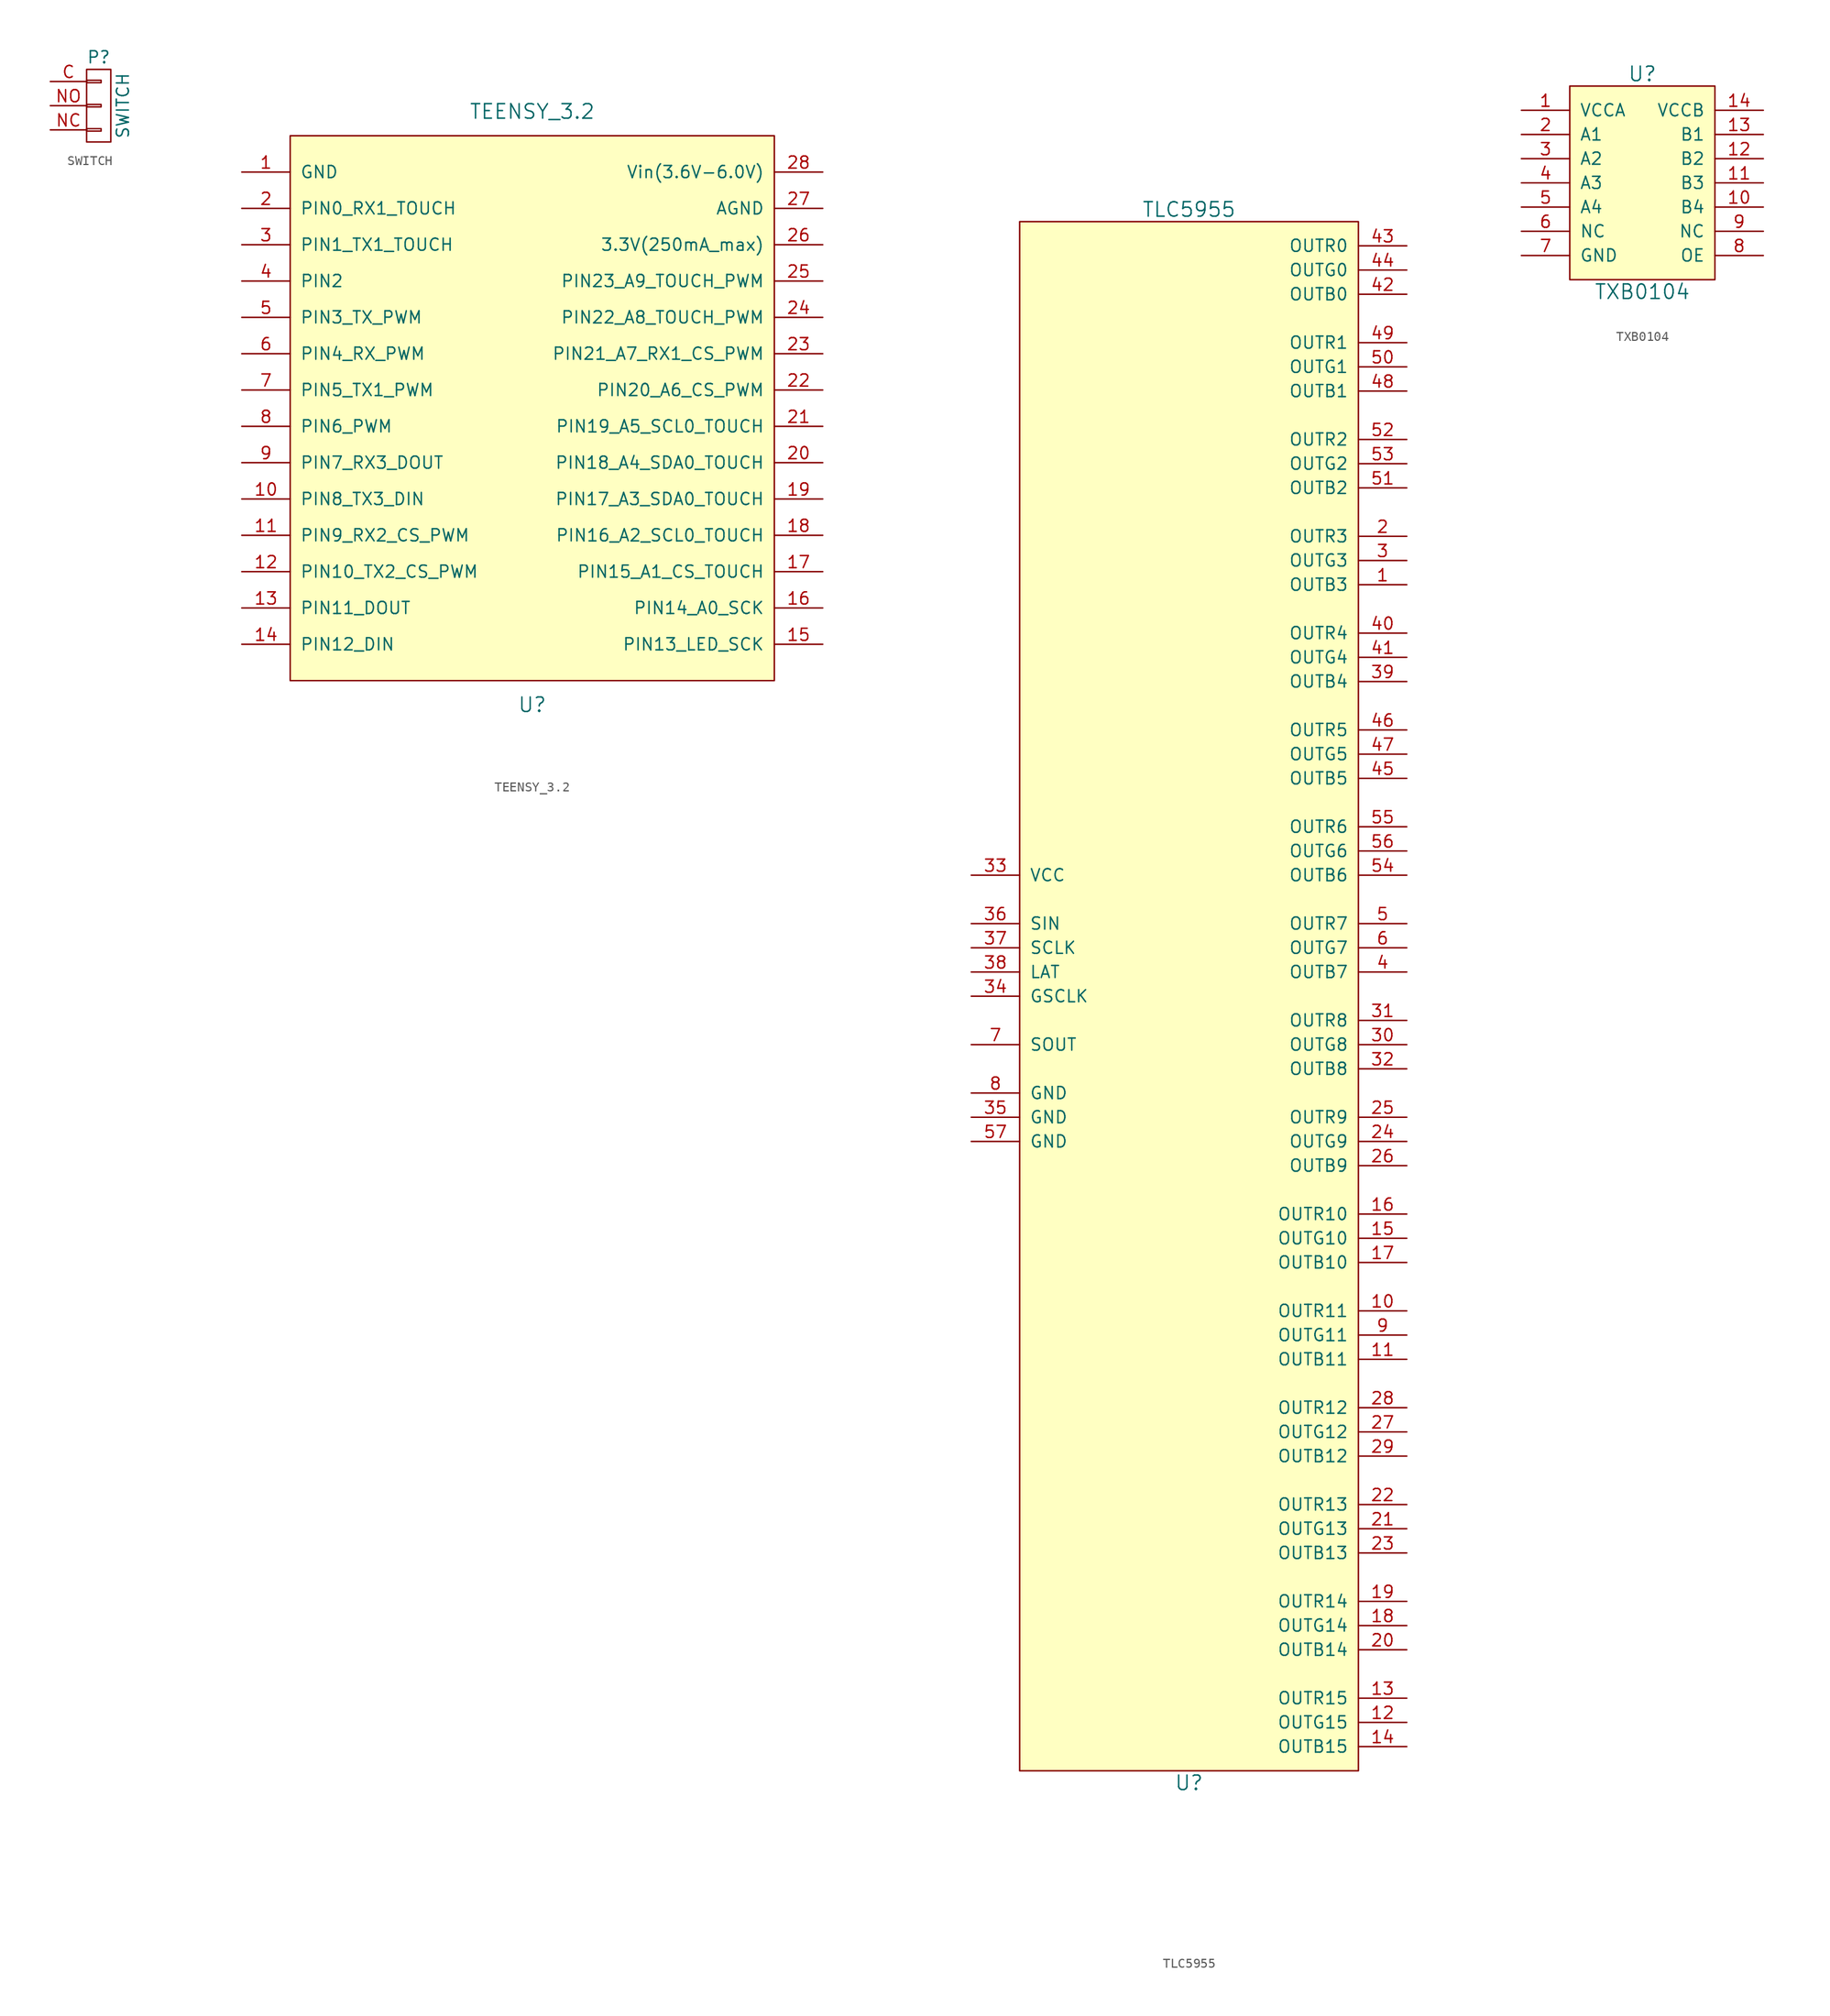
<source format=kicad_sym>
(kicad_symbol_lib
  (version 20211014)
  (generator kicad_symbol_editor)
  (symbol "SWITCH"
    (pin_names
      (offset 1.016) hide)
    (property "Reference" "P"
      (at 0 5.08 0)
      (effects (font (size 1.27 1.27))))
    (property "Value" "SWITCH"
      (at 2.54 0 90)
      (effects (font (size 1.27 1.27))))
    (property "Footprint" ""
      (at 0 0 0)
      (effects (font (size 1.27 1.27))))
    (property "Datasheet" ""
      (at 0 0 0)
      (effects (font (size 1.27 1.27))))
    (symbol "SWITCH_0_1"
      (rectangle (start -1.27 -2.413) (end 0.254 -2.667) (stroke (width 0) (type default) (color 0 0 0 0)) (fill (type none)))
      (rectangle (start -1.27 0.127) (end 0.254 -0.127) (stroke (width 0) (type default) (color 0 0 0 0)) (fill (type none)))
      (rectangle (start -1.27 2.667) (end 0.254 2.413) (stroke (width 0) (type default) (color 0 0 0 0)) (fill (type none)))
      (rectangle (start -1.27 3.81) (end 1.27 -3.81) (stroke (width 0) (type default) (color 0 0 0 0)) (fill (type none))))
    (symbol "SWITCH_1_1"
      (pin passive line (at -5.08 2.54 0) (length 3.81) (name "P1" (effects (font (size 1.27 1.27)))) (number "C" (effects (font (size 1.27 1.27)))))
      (pin passive line (at -5.08 -2.54 0) (length 3.81) (name "P3" (effects (font (size 1.27 1.27)))) (number "NC" (effects (font (size 1.27 1.27)))))
      (pin passive line (at -5.08 0 0) (length 3.81) (name "P2" (effects (font (size 1.27 1.27)))) (number "NO" (effects (font (size 1.27 1.27)))))))
  (symbol "TEENSY_3.2"
    (pin_names
      (offset 1.016))
    (property "Reference" "U"
      (at 0 -31.75 0)
      (effects (font (size 1.524 1.524))))
    (property "Value" "TEENSY_3.2"
      (at 0 30.48 0)
      (effects (font (size 1.524 1.524))))
    (property "Footprint" ""
      (at -20.32 22.86 0)
      (effects (font (size 1.524 1.524))))
    (property "Datasheet" ""
      (at -20.32 22.86 0)
      (effects (font (size 1.524 1.524))))
    (symbol "TEENSY_3.2_0_1"
      (rectangle (start -25.4 27.94) (end 25.4 -29.21) (stroke (width 0) (type default) (color 0 0 0 0)) (fill (type background))))
    (symbol "TEENSY_3.2_1_1"
      (pin input line (at -30.48 24.13 0) (length 5.08) (name "GND" (effects (font (size 1.27 1.27)))) (number "1" (effects (font (size 1.27 1.27)))))
      (pin input line (at -30.48 -10.16 0) (length 5.08) (name "PIN8_TX3_DIN" (effects (font (size 1.27 1.27)))) (number "10" (effects (font (size 1.27 1.27)))))
      (pin input line (at -30.48 -13.97 0) (length 5.08) (name "PIN9_RX2_CS_PWM" (effects (font (size 1.27 1.27)))) (number "11" (effects (font (size 1.27 1.27)))))
      (pin input line (at -30.48 -17.78 0) (length 5.08) (name "PIN10_TX2_CS_PWM" (effects (font (size 1.27 1.27)))) (number "12" (effects (font (size 1.27 1.27)))))
      (pin input line (at -30.48 -21.59 0) (length 5.08) (name "PIN11_DOUT" (effects (font (size 1.27 1.27)))) (number "13" (effects (font (size 1.27 1.27)))))
      (pin input line (at -30.48 -25.4 0) (length 5.08) (name "PIN12_DIN" (effects (font (size 1.27 1.27)))) (number "14" (effects (font (size 1.27 1.27)))))
      (pin input line (at 30.48 -25.4 180) (length 5.08) (name "PIN13_LED_SCK" (effects (font (size 1.27 1.27)))) (number "15" (effects (font (size 1.27 1.27)))))
      (pin input line (at 30.48 -21.59 180) (length 5.08) (name "PIN14_A0_SCK" (effects (font (size 1.27 1.27)))) (number "16" (effects (font (size 1.27 1.27)))))
      (pin input line (at 30.48 -17.78 180) (length 5.08) (name "PIN15_A1_CS_TOUCH" (effects (font (size 1.27 1.27)))) (number "17" (effects (font (size 1.27 1.27)))))
      (pin input line (at 30.48 -13.97 180) (length 5.08) (name "PIN16_A2_SCL0_TOUCH" (effects (font (size 1.27 1.27)))) (number "18" (effects (font (size 1.27 1.27)))))
      (pin input line (at 30.48 -10.16 180) (length 5.08) (name "PIN17_A3_SDA0_TOUCH" (effects (font (size 1.27 1.27)))) (number "19" (effects (font (size 1.27 1.27)))))
      (pin bidirectional line (at -30.48 20.32 0) (length 5.08) (name "PIN0_RX1_TOUCH" (effects (font (size 1.27 1.27)))) (number "2" (effects (font (size 1.27 1.27)))))
      (pin input line (at 30.48 -6.35 180) (length 5.08) (name "PIN18_A4_SDA0_TOUCH" (effects (font (size 1.27 1.27)))) (number "20" (effects (font (size 1.27 1.27)))))
      (pin input line (at 30.48 -2.54 180) (length 5.08) (name "PIN19_A5_SCL0_TOUCH" (effects (font (size 1.27 1.27)))) (number "21" (effects (font (size 1.27 1.27)))))
      (pin input line (at 30.48 1.27 180) (length 5.08) (name "PIN20_A6_CS_PWM" (effects (font (size 1.27 1.27)))) (number "22" (effects (font (size 1.27 1.27)))))
      (pin input line (at 30.48 5.08 180) (length 5.08) (name "PIN21_A7_RX1_CS_PWM" (effects (font (size 1.27 1.27)))) (number "23" (effects (font (size 1.27 1.27)))))
      (pin input line (at 30.48 8.89 180) (length 5.08) (name "PIN22_A8_TOUCH_PWM" (effects (font (size 1.27 1.27)))) (number "24" (effects (font (size 1.27 1.27)))))
      (pin input line (at 30.48 12.7 180) (length 5.08) (name "PIN23_A9_TOUCH_PWM" (effects (font (size 1.27 1.27)))) (number "25" (effects (font (size 1.27 1.27)))))
      (pin input line (at 30.48 16.51 180) (length 5.08) (name "3.3V(250mA_max)" (effects (font (size 1.27 1.27)))) (number "26" (effects (font (size 1.27 1.27)))))
      (pin input line (at 30.48 20.32 180) (length 5.08) (name "AGND" (effects (font (size 1.27 1.27)))) (number "27" (effects (font (size 1.27 1.27)))))
      (pin input line (at 30.48 24.13 180) (length 5.08) (name "Vin(3.6V-6.0V)" (effects (font (size 1.27 1.27)))) (number "28" (effects (font (size 1.27 1.27)))))
      (pin input line (at -30.48 16.51 0) (length 5.08) (name "PIN1_TX1_TOUCH" (effects (font (size 1.27 1.27)))) (number "3" (effects (font (size 1.27 1.27)))))
      (pin bidirectional line (at -30.48 12.7 0) (length 5.08) (name "PIN2" (effects (font (size 1.27 1.27)))) (number "4" (effects (font (size 1.27 1.27)))))
      (pin bidirectional line (at -30.48 8.89 0) (length 5.08) (name "PIN3_TX_PWM" (effects (font (size 1.27 1.27)))) (number "5" (effects (font (size 1.27 1.27)))))
      (pin bidirectional line (at -30.48 5.08 0) (length 5.08) (name "PIN4_RX_PWM" (effects (font (size 1.27 1.27)))) (number "6" (effects (font (size 1.27 1.27)))))
      (pin bidirectional line (at -30.48 1.27 0) (length 5.08) (name "PIN5_TX1_PWM" (effects (font (size 1.27 1.27)))) (number "7" (effects (font (size 1.27 1.27)))))
      (pin bidirectional line (at -30.48 -2.54 0) (length 5.08) (name "PIN6_PWM" (effects (font (size 1.27 1.27)))) (number "8" (effects (font (size 1.27 1.27)))))
      (pin input line (at -30.48 -6.35 0) (length 5.08) (name "PIN7_RX3_DOUT" (effects (font (size 1.27 1.27)))) (number "9" (effects (font (size 1.27 1.27)))))))
  (symbol "TLC5955"
    (pin_names
      (offset 1.016))
    (property "Reference" "U"
      (at 0 -82.55 0)
      (effects (font (size 1.524 1.524))))
    (property "Value" "TLC5955"
      (at 0 82.55 0)
      (effects (font (size 1.524 1.524))))
    (symbol "TLC5955_0_1"
      (rectangle (start 17.78 81.28) (end -17.78 -81.28) (stroke (width 0) (type default) (color 0 0 0 0)) (fill (type background))))
    (symbol "TLC5955_1_1"
      (pin input line (at 22.86 43.18 180) (length 5.08) (name "OUTB3" (effects (font (size 1.27 1.27)))) (number "1" (effects (font (size 1.27 1.27)))))
      (pin input line (at 22.86 -33.02 180) (length 5.08) (name "OUTR11" (effects (font (size 1.27 1.27)))) (number "10" (effects (font (size 1.27 1.27)))))
      (pin input line (at 22.86 -38.1 180) (length 5.08) (name "OUTB11" (effects (font (size 1.27 1.27)))) (number "11" (effects (font (size 1.27 1.27)))))
      (pin input line (at 22.86 -76.2 180) (length 5.08) (name "OUTG15" (effects (font (size 1.27 1.27)))) (number "12" (effects (font (size 1.27 1.27)))))
      (pin input line (at 22.86 -73.66 180) (length 5.08) (name "OUTR15" (effects (font (size 1.27 1.27)))) (number "13" (effects (font (size 1.27 1.27)))))
      (pin input line (at 22.86 -78.74 180) (length 5.08) (name "OUTB15" (effects (font (size 1.27 1.27)))) (number "14" (effects (font (size 1.27 1.27)))))
      (pin input line (at 22.86 -25.4 180) (length 5.08) (name "OUTG10" (effects (font (size 1.27 1.27)))) (number "15" (effects (font (size 1.27 1.27)))))
      (pin input line (at 22.86 -22.86 180) (length 5.08) (name "OUTR10" (effects (font (size 1.27 1.27)))) (number "16" (effects (font (size 1.27 1.27)))))
      (pin input line (at 22.86 -27.94 180) (length 5.08) (name "OUTB10" (effects (font (size 1.27 1.27)))) (number "17" (effects (font (size 1.27 1.27)))))
      (pin input line (at 22.86 -66.04 180) (length 5.08) (name "OUTG14" (effects (font (size 1.27 1.27)))) (number "18" (effects (font (size 1.27 1.27)))))
      (pin input line (at 22.86 -63.5 180) (length 5.08) (name "OUTR14" (effects (font (size 1.27 1.27)))) (number "19" (effects (font (size 1.27 1.27)))))
      (pin input line (at 22.86 48.26 180) (length 5.08) (name "OUTR3" (effects (font (size 1.27 1.27)))) (number "2" (effects (font (size 1.27 1.27)))))
      (pin input line (at 22.86 -68.58 180) (length 5.08) (name "OUTB14" (effects (font (size 1.27 1.27)))) (number "20" (effects (font (size 1.27 1.27)))))
      (pin input line (at 22.86 -55.88 180) (length 5.08) (name "OUTG13" (effects (font (size 1.27 1.27)))) (number "21" (effects (font (size 1.27 1.27)))))
      (pin input line (at 22.86 -53.34 180) (length 5.08) (name "OUTR13" (effects (font (size 1.27 1.27)))) (number "22" (effects (font (size 1.27 1.27)))))
      (pin input line (at 22.86 -58.42 180) (length 5.08) (name "OUTB13" (effects (font (size 1.27 1.27)))) (number "23" (effects (font (size 1.27 1.27)))))
      (pin input line (at 22.86 -15.24 180) (length 5.08) (name "OUTG9" (effects (font (size 1.27 1.27)))) (number "24" (effects (font (size 1.27 1.27)))))
      (pin input line (at 22.86 -12.7 180) (length 5.08) (name "OUTR9" (effects (font (size 1.27 1.27)))) (number "25" (effects (font (size 1.27 1.27)))))
      (pin input line (at 22.86 -17.78 180) (length 5.08) (name "OUTB9" (effects (font (size 1.27 1.27)))) (number "26" (effects (font (size 1.27 1.27)))))
      (pin input line (at 22.86 -45.72 180) (length 5.08) (name "OUTG12" (effects (font (size 1.27 1.27)))) (number "27" (effects (font (size 1.27 1.27)))))
      (pin input line (at 22.86 -43.18 180) (length 5.08) (name "OUTR12" (effects (font (size 1.27 1.27)))) (number "28" (effects (font (size 1.27 1.27)))))
      (pin input line (at 22.86 -48.26 180) (length 5.08) (name "OUTB12" (effects (font (size 1.27 1.27)))) (number "29" (effects (font (size 1.27 1.27)))))
      (pin input line (at 22.86 45.72 180) (length 5.08) (name "OUTG3" (effects (font (size 1.27 1.27)))) (number "3" (effects (font (size 1.27 1.27)))))
      (pin input line (at 22.86 -5.08 180) (length 5.08) (name "OUTG8" (effects (font (size 1.27 1.27)))) (number "30" (effects (font (size 1.27 1.27)))))
      (pin input line (at 22.86 -2.54 180) (length 5.08) (name "OUTR8" (effects (font (size 1.27 1.27)))) (number "31" (effects (font (size 1.27 1.27)))))
      (pin input line (at 22.86 -7.62 180) (length 5.08) (name "OUTB8" (effects (font (size 1.27 1.27)))) (number "32" (effects (font (size 1.27 1.27)))))
      (pin input line (at -22.86 12.7 0) (length 5.08) (name "VCC" (effects (font (size 1.27 1.27)))) (number "33" (effects (font (size 1.27 1.27)))))
      (pin input line (at -22.86 0 0) (length 5.08) (name "GSCLK" (effects (font (size 1.27 1.27)))) (number "34" (effects (font (size 1.27 1.27)))))
      (pin input line (at -22.86 -12.7 0) (length 5.08) (name "GND" (effects (font (size 1.27 1.27)))) (number "35" (effects (font (size 1.27 1.27)))))
      (pin input line (at -22.86 7.62 0) (length 5.08) (name "SIN" (effects (font (size 1.27 1.27)))) (number "36" (effects (font (size 1.27 1.27)))))
      (pin input line (at -22.86 5.08 0) (length 5.08) (name "SCLK" (effects (font (size 1.27 1.27)))) (number "37" (effects (font (size 1.27 1.27)))))
      (pin input line (at -22.86 2.54 0) (length 5.08) (name "LAT" (effects (font (size 1.27 1.27)))) (number "38" (effects (font (size 1.27 1.27)))))
      (pin input line (at 22.86 33.02 180) (length 5.08) (name "OUTB4" (effects (font (size 1.27 1.27)))) (number "39" (effects (font (size 1.27 1.27)))))
      (pin input line (at 22.86 2.54 180) (length 5.08) (name "OUTB7" (effects (font (size 1.27 1.27)))) (number "4" (effects (font (size 1.27 1.27)))))
      (pin input line (at 22.86 38.1 180) (length 5.08) (name "OUTR4" (effects (font (size 1.27 1.27)))) (number "40" (effects (font (size 1.27 1.27)))))
      (pin input line (at 22.86 35.56 180) (length 5.08) (name "OUTG4" (effects (font (size 1.27 1.27)))) (number "41" (effects (font (size 1.27 1.27)))))
      (pin input line (at 22.86 73.66 180) (length 5.08) (name "OUTB0" (effects (font (size 1.27 1.27)))) (number "42" (effects (font (size 1.27 1.27)))))
      (pin input line (at 22.86 78.74 180) (length 5.08) (name "OUTR0" (effects (font (size 1.27 1.27)))) (number "43" (effects (font (size 1.27 1.27)))))
      (pin input line (at 22.86 76.2 180) (length 5.08) (name "OUTG0" (effects (font (size 1.27 1.27)))) (number "44" (effects (font (size 1.27 1.27)))))
      (pin input line (at 22.86 22.86 180) (length 5.08) (name "OUTB5" (effects (font (size 1.27 1.27)))) (number "45" (effects (font (size 1.27 1.27)))))
      (pin input line (at 22.86 27.94 180) (length 5.08) (name "OUTR5" (effects (font (size 1.27 1.27)))) (number "46" (effects (font (size 1.27 1.27)))))
      (pin input line (at 22.86 25.4 180) (length 5.08) (name "OUTG5" (effects (font (size 1.27 1.27)))) (number "47" (effects (font (size 1.27 1.27)))))
      (pin input line (at 22.86 63.5 180) (length 5.08) (name "OUTB1" (effects (font (size 1.27 1.27)))) (number "48" (effects (font (size 1.27 1.27)))))
      (pin input line (at 22.86 68.58 180) (length 5.08) (name "OUTR1" (effects (font (size 1.27 1.27)))) (number "49" (effects (font (size 1.27 1.27)))))
      (pin input line (at 22.86 7.62 180) (length 5.08) (name "OUTR7" (effects (font (size 1.27 1.27)))) (number "5" (effects (font (size 1.27 1.27)))))
      (pin input line (at 22.86 66.04 180) (length 5.08) (name "OUTG1" (effects (font (size 1.27 1.27)))) (number "50" (effects (font (size 1.27 1.27)))))
      (pin input line (at 22.86 53.34 180) (length 5.08) (name "OUTB2" (effects (font (size 1.27 1.27)))) (number "51" (effects (font (size 1.27 1.27)))))
      (pin input line (at 22.86 58.42 180) (length 5.08) (name "OUTR2" (effects (font (size 1.27 1.27)))) (number "52" (effects (font (size 1.27 1.27)))))
      (pin input line (at 22.86 55.88 180) (length 5.08) (name "OUTG2" (effects (font (size 1.27 1.27)))) (number "53" (effects (font (size 1.27 1.27)))))
      (pin input line (at 22.86 12.7 180) (length 5.08) (name "OUTB6" (effects (font (size 1.27 1.27)))) (number "54" (effects (font (size 1.27 1.27)))))
      (pin input line (at 22.86 17.78 180) (length 5.08) (name "OUTR6" (effects (font (size 1.27 1.27)))) (number "55" (effects (font (size 1.27 1.27)))))
      (pin input line (at 22.86 15.24 180) (length 5.08) (name "OUTG6" (effects (font (size 1.27 1.27)))) (number "56" (effects (font (size 1.27 1.27)))))
      (pin input line (at -22.86 -15.24 0) (length 5.08) (name "GND" (effects (font (size 1.27 1.27)))) (number "57" (effects (font (size 1.27 1.27)))))
      (pin input line (at 22.86 5.08 180) (length 5.08) (name "OUTG7" (effects (font (size 1.27 1.27)))) (number "6" (effects (font (size 1.27 1.27)))))
      (pin input line (at -22.86 -5.08 0) (length 5.08) (name "SOUT" (effects (font (size 1.27 1.27)))) (number "7" (effects (font (size 1.27 1.27)))))
      (pin input line (at -22.86 -10.16 0) (length 5.08) (name "GND" (effects (font (size 1.27 1.27)))) (number "8" (effects (font (size 1.27 1.27)))))
      (pin input line (at 22.86 -35.56 180) (length 5.08) (name "OUTG11" (effects (font (size 1.27 1.27)))) (number "9" (effects (font (size 1.27 1.27)))))))
  (symbol "TXB0104"
    (pin_names
      (offset 1.016))
    (property "Reference" "U"
      (at 0 11.43 0)
      (effects (font (size 1.524 1.524))))
    (property "Value" "TXB0104"
      (at 0 -11.43 0)
      (effects (font (size 1.524 1.524))))
    (symbol "TXB0104_0_1"
      (rectangle (start -7.62 10.16) (end 7.62 -10.16) (stroke (width 0) (type default) (color 0 0 0 0)) (fill (type background))))
    (symbol "TXB0104_1_1"
      (pin input line (at -12.7 7.62 0) (length 5.08) (name "VCCA" (effects (font (size 1.27 1.27)))) (number "1" (effects (font (size 1.27 1.27)))))
      (pin input line (at 12.7 -2.54 180) (length 5.08) (name "B4" (effects (font (size 1.27 1.27)))) (number "10" (effects (font (size 1.27 1.27)))))
      (pin input line (at 12.7 0 180) (length 5.08) (name "B3" (effects (font (size 1.27 1.27)))) (number "11" (effects (font (size 1.27 1.27)))))
      (pin input line (at 12.7 2.54 180) (length 5.08) (name "B2" (effects (font (size 1.27 1.27)))) (number "12" (effects (font (size 1.27 1.27)))))
      (pin input line (at 12.7 5.08 180) (length 5.08) (name "B1" (effects (font (size 1.27 1.27)))) (number "13" (effects (font (size 1.27 1.27)))))
      (pin input line (at 12.7 7.62 180) (length 5.08) (name "VCCB" (effects (font (size 1.27 1.27)))) (number "14" (effects (font (size 1.27 1.27)))))
      (pin input line (at -12.7 5.08 0) (length 5.08) (name "A1" (effects (font (size 1.27 1.27)))) (number "2" (effects (font (size 1.27 1.27)))))
      (pin input line (at -12.7 2.54 0) (length 5.08) (name "A2" (effects (font (size 1.27 1.27)))) (number "3" (effects (font (size 1.27 1.27)))))
      (pin input line (at -12.7 0 0) (length 5.08) (name "A3" (effects (font (size 1.27 1.27)))) (number "4" (effects (font (size 1.27 1.27)))))
      (pin input line (at -12.7 -2.54 0) (length 5.08) (name "A4" (effects (font (size 1.27 1.27)))) (number "5" (effects (font (size 1.27 1.27)))))
      (pin input line (at -12.7 -5.08 0) (length 5.08) (name "NC" (effects (font (size 1.27 1.27)))) (number "6" (effects (font (size 1.27 1.27)))))
      (pin input line (at -12.7 -7.62 0) (length 5.08) (name "GND" (effects (font (size 1.27 1.27)))) (number "7" (effects (font (size 1.27 1.27)))))
      (pin input line (at 12.7 -7.62 180) (length 5.08) (name "OE" (effects (font (size 1.27 1.27)))) (number "8" (effects (font (size 1.27 1.27)))))
      (pin input line (at 12.7 -5.08 180) (length 5.08) (name "NC" (effects (font (size 1.27 1.27)))) (number "9" (effects (font (size 1.27 1.27))))))))
</source>
